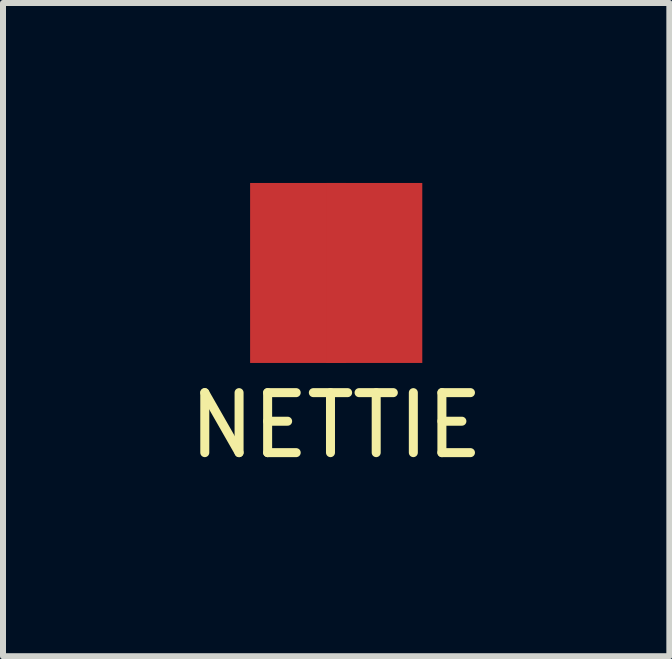
<source format=kicad_pcb>
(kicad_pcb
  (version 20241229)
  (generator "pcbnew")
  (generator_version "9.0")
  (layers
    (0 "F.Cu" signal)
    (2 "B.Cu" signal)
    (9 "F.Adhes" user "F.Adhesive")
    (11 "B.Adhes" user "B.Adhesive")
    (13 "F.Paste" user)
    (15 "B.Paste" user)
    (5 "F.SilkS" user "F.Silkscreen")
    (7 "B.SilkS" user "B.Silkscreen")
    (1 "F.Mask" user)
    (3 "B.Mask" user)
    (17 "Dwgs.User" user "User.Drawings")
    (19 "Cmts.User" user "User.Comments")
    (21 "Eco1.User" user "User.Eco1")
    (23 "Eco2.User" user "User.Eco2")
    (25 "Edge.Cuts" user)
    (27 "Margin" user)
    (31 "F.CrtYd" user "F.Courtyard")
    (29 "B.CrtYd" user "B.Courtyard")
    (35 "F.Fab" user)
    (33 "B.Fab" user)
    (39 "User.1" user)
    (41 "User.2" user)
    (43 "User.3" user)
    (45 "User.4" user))
  (footprint "NETTIE"
    (layer "F.Cu")
    (at 2.554 1.5)
    (property "Reference" "NETTIE" (at 0 2.54 0) (layer "F.SilkS") (effects (font (size 1 1) (thickness 0.15))))
    (attr through_hole)
    (pad "1" smd rect (at -0.635 0) (size 1.6 3) (layers "F.Cu"))
    (pad "2" smd rect (at 0.635 0) (size 1.6 3) (layers "F.Cu")))
  (gr_rect
    (start -3 -3)
    (end 8.107 7.888)
    (stroke (width 0.1) (type default))
    (fill no)
    (layer "Edge.Cuts")))
</source>
